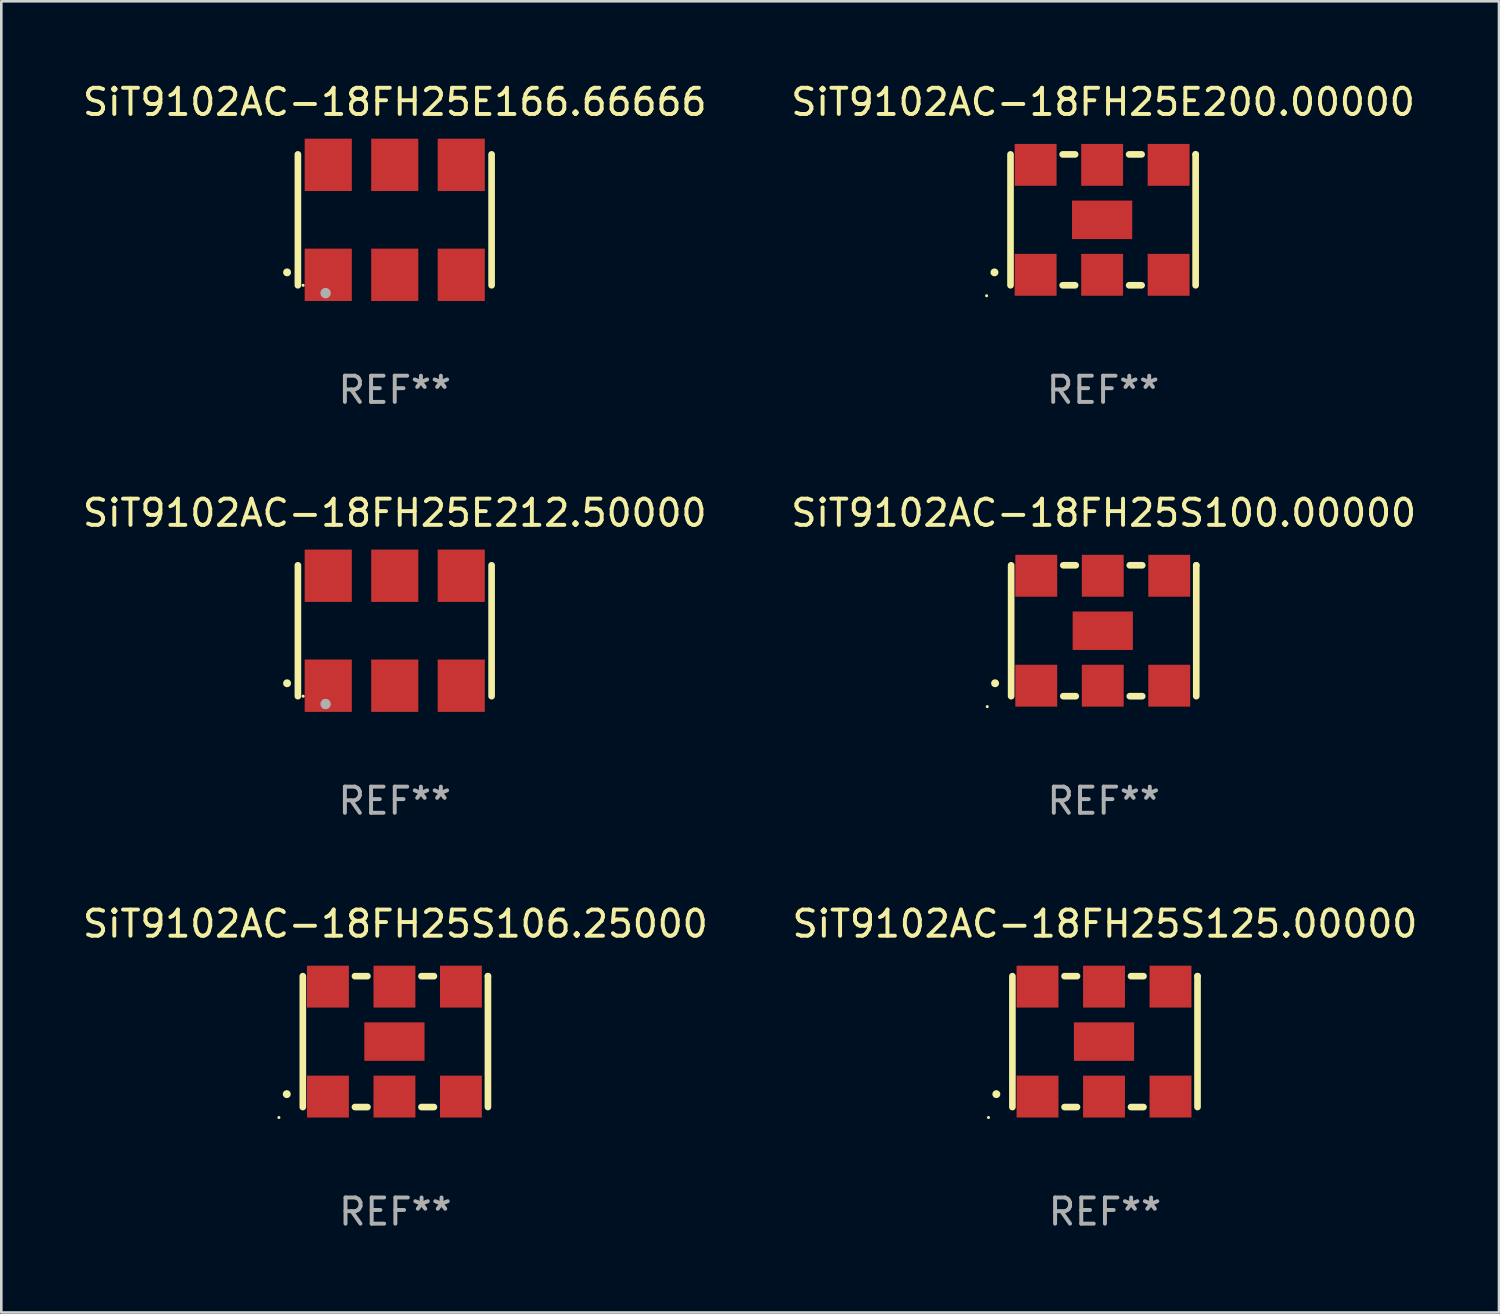
<source format=kicad_pcb>
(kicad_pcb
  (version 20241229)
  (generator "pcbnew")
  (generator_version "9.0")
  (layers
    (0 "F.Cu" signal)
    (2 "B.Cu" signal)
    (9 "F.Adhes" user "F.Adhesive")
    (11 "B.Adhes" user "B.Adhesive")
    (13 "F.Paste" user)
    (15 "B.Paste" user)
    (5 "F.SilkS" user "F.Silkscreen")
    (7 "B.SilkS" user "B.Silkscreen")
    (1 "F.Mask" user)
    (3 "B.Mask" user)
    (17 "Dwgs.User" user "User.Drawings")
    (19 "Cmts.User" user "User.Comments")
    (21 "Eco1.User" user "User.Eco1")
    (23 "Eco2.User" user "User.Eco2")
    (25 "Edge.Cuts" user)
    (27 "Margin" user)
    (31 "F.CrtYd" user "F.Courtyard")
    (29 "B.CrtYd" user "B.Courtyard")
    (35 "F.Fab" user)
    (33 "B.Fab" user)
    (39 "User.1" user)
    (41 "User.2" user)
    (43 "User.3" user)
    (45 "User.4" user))
  (footprint "SiT9102AC-18FH25S106.25000"
    (layer "F.Cu")
    (at 12.054 36.741)
    (property "Reference" "SiT9102AC-18FH25S106.25000" (at 0 -4.5 0) (layer "F.SilkS") (effects (font (size 1 1) (thickness 0.15))))
    (attr through_hole)
    (fp_line (start -3.536 -2.5) (end -3.536 2.5) (stroke (width 0.254) (type solid)) (layer "F.SilkS"))
    (fp_line (start -1.544 2.5) (end -1.067 2.5) (stroke (width 0.254) (type solid)) (layer "F.SilkS"))
    (fp_line (start -1.067 -2.5) (end -1.544 -2.5) (stroke (width 0.254) (type solid)) (layer "F.SilkS"))
    (fp_line (start 0.996 2.5) (end 1.473 2.5) (stroke (width 0.254) (type solid)) (layer "F.SilkS"))
    (fp_line (start 1.473 -2.5) (end 0.996 -2.5) (stroke (width 0.254) (type solid)) (layer "F.SilkS"))
    (fp_line (start 3.536 -2.5) (end 3.536 -2.5) (stroke (width 0.254) (type solid)) (layer "F.SilkS"))
    (fp_line (start 3.536 2.5) (end 3.536 -2.5) (stroke (width 0.254) (type solid)) (layer "F.SilkS"))
    (fp_arc (start -4.150432 2.006604) (mid -4.149162 2.006599) (end -4.147892 2.006604) (stroke (width 0.3) (type solid)) (layer "F.SilkS"))
    (fp_circle (center -4.449 2.9) (end -4.419 2.9) (stroke (width 0.06) (type solid)) (fill no) (layer "F.SilkS"))
    (fp_text user "REF**" (at 0 6.5 0) (layer "F.Fab") (effects (font (size 1 1) (thickness 0.15))))
    (pad "1" smd rect (at -2.576 2.1) (size 1.6 1.6) (layers "F.Cu" "F.Mask" "F.Paste"))
    (pad "2" smd rect (at -0.036 2.1) (size 1.6 1.6) (layers "F.Cu" "F.Mask" "F.Paste"))
    (pad "3" smd rect (at 2.504 2.1) (size 1.6 1.6) (layers "F.Cu" "F.Mask" "F.Paste"))
    (pad "4" smd rect (at 2.504 -2.1) (size 1.6 1.6) (layers "F.Cu" "F.Mask" "F.Paste"))
    (pad "5" smd rect (at -0.036 -2.1) (size 1.6 1.6) (layers "F.Cu" "F.Mask" "F.Paste"))
    (pad "6" smd rect (at -2.576 -2.1) (size 1.6 1.6) (layers "F.Cu" "F.Mask" "F.Paste"))
    (pad "7" smd rect (at -0.036 0) (size 2.3 1.47) (layers "F.Cu" "F.Mask" "F.Paste")))
  (footprint "SiT9102AC-18FH25E212.50000"
    (layer "F.Cu")
    (at 12.03 21.045)
    (property "Reference" "SiT9102AC-18FH25E212.50000" (at 0 -4.5 0) (layer "F.SilkS") (effects (font (size 1 1) (thickness 0.15))))
    (attr through_hole)
    (fp_line (start -3.7 -2.5) (end -3.7 2.5) (stroke (width 0.254) (type solid)) (layer "F.SilkS"))
    (fp_line (start 3.7 -2.5) (end 3.7 2.5) (stroke (width 0.254) (type solid)) (layer "F.SilkS"))
    (fp_arc (start -4.114415 2.006604) (mid -4.113145 2.006599) (end -4.111875 2.006604) (stroke (width 0.3) (type solid)) (layer "F.SilkS"))
    (fp_circle (center -3.5 2.501) (end -3.47 2.501) (stroke (width 0.06) (type solid)) (fill no) (layer "F.SilkS"))
    (fp_circle (center -2.641 2.799) (end -2.541 2.799) (stroke (width 0.2) (type solid)) (fill no) (layer "F.Fab"))
    (fp_text user "REF**" (at 0 6.5 0) (layer "F.Fab") (effects (font (size 1 1) (thickness 0.15))))
    (pad "1" smd rect (at -2.54 2.1) (size 1.8 2) (layers "F.Cu" "F.Mask" "F.Paste"))
    (pad "2" smd rect (at 0.000394 2.1) (size 1.8 2) (layers "F.Cu" "F.Mask" "F.Paste"))
    (pad "3" smd rect (at 2.54 2.1) (size 1.8 2) (layers "F.Cu" "F.Mask" "F.Paste"))
    (pad "4" smd rect (at 2.54 -2.1) (size 1.8 2) (layers "F.Cu" "F.Mask" "F.Paste"))
    (pad "5" smd rect (at 0.000394 -2.1) (size 1.8 2) (layers "F.Cu" "F.Mask" "F.Paste"))
    (pad "6" smd rect (at -2.54 -2.1) (size 1.8 2) (layers "F.Cu" "F.Mask" "F.Paste")))
  (footprint "SiT9102AC-18FH25S125.00000"
    (layer "F.Cu")
    (at 39.161 36.741)
    (property "Reference" "SiT9102AC-18FH25S125.00000" (at 0 -4.5 0) (layer "F.SilkS") (effects (font (size 1 1) (thickness 0.15))))
    (attr through_hole)
    (fp_line (start -3.536 -2.5) (end -3.536 2.5) (stroke (width 0.254) (type solid)) (layer "F.SilkS"))
    (fp_line (start -1.544 2.5) (end -1.067 2.5) (stroke (width 0.254) (type solid)) (layer "F.SilkS"))
    (fp_line (start -1.067 -2.5) (end -1.544 -2.5) (stroke (width 0.254) (type solid)) (layer "F.SilkS"))
    (fp_line (start 0.996 2.5) (end 1.473 2.5) (stroke (width 0.254) (type solid)) (layer "F.SilkS"))
    (fp_line (start 1.473 -2.5) (end 0.996 -2.5) (stroke (width 0.254) (type solid)) (layer "F.SilkS"))
    (fp_line (start 3.536 -2.5) (end 3.536 -2.5) (stroke (width 0.254) (type solid)) (layer "F.SilkS"))
    (fp_line (start 3.536 2.5) (end 3.536 -2.5) (stroke (width 0.254) (type solid)) (layer "F.SilkS"))
    (fp_arc (start -4.150432 2.006604) (mid -4.149162 2.006599) (end -4.147892 2.006604) (stroke (width 0.3) (type solid)) (layer "F.SilkS"))
    (fp_circle (center -4.449 2.9) (end -4.419 2.9) (stroke (width 0.06) (type solid)) (fill no) (layer "F.SilkS"))
    (fp_text user "REF**" (at 0 6.5 0) (layer "F.Fab") (effects (font (size 1 1) (thickness 0.15))))
    (pad "1" smd rect (at -2.576 2.1) (size 1.6 1.6) (layers "F.Cu" "F.Mask" "F.Paste"))
    (pad "2" smd rect (at -0.036 2.1) (size 1.6 1.6) (layers "F.Cu" "F.Mask" "F.Paste"))
    (pad "3" smd rect (at 2.504 2.1) (size 1.6 1.6) (layers "F.Cu" "F.Mask" "F.Paste"))
    (pad "4" smd rect (at 2.504 -2.1) (size 1.6 1.6) (layers "F.Cu" "F.Mask" "F.Paste"))
    (pad "5" smd rect (at -0.036 -2.1) (size 1.6 1.6) (layers "F.Cu" "F.Mask" "F.Paste"))
    (pad "6" smd rect (at -2.576 -2.1) (size 1.6 1.6) (layers "F.Cu" "F.Mask" "F.Paste"))
    (pad "7" smd rect (at -0.036 0) (size 2.3 1.47) (layers "F.Cu" "F.Mask" "F.Paste")))
  (footprint "SiT9102AC-18FH25E166.66666"
    (layer "F.Cu")
    (at 12.03 5.348)
    (property "Reference" "SiT9102AC-18FH25E166.66666" (at 0 -4.5 0) (layer "F.SilkS") (effects (font (size 1 1) (thickness 0.15))))
    (attr through_hole)
    (fp_line (start -3.7 -2.5) (end -3.7 2.5) (stroke (width 0.254) (type solid)) (layer "F.SilkS"))
    (fp_line (start 3.7 -2.5) (end 3.7 2.5) (stroke (width 0.254) (type solid)) (layer "F.SilkS"))
    (fp_arc (start -4.114415 2.006604) (mid -4.113145 2.006599) (end -4.111875 2.006604) (stroke (width 0.3) (type solid)) (layer "F.SilkS"))
    (fp_circle (center -3.5 2.501) (end -3.47 2.501) (stroke (width 0.06) (type solid)) (fill no) (layer "F.SilkS"))
    (fp_circle (center -2.641 2.799) (end -2.541 2.799) (stroke (width 0.2) (type solid)) (fill no) (layer "F.Fab"))
    (fp_text user "REF**" (at 0 6.5 0) (layer "F.Fab") (effects (font (size 1 1) (thickness 0.15))))
    (pad "1" smd rect (at -2.54 2.1) (size 1.8 2) (layers "F.Cu" "F.Mask" "F.Paste"))
    (pad "2" smd rect (at 0.000394 2.1) (size 1.8 2) (layers "F.Cu" "F.Mask" "F.Paste"))
    (pad "3" smd rect (at 2.54 2.1) (size 1.8 2) (layers "F.Cu" "F.Mask" "F.Paste"))
    (pad "4" smd rect (at 2.54 -2.1) (size 1.8 2) (layers "F.Cu" "F.Mask" "F.Paste"))
    (pad "5" smd rect (at 0.000394 -2.1) (size 1.8 2) (layers "F.Cu" "F.Mask" "F.Paste"))
    (pad "6" smd rect (at -2.54 -2.1) (size 1.8 2) (layers "F.Cu" "F.Mask" "F.Paste")))
  (footprint "SiT9102AC-18FH25E200.00000"
    (layer "F.Cu")
    (at 39.089 5.348)
    (property "Reference" "SiT9102AC-18FH25E200.00000" (at 0 -4.5 0) (layer "F.SilkS") (effects (font (size 1 1) (thickness 0.15))))
    (attr through_hole)
    (fp_line (start -3.536 -2.5) (end -3.536 2.5) (stroke (width 0.254) (type solid)) (layer "F.SilkS"))
    (fp_line (start -1.544 2.5) (end -1.067 2.5) (stroke (width 0.254) (type solid)) (layer "F.SilkS"))
    (fp_line (start -1.067 -2.5) (end -1.544 -2.5) (stroke (width 0.254) (type solid)) (layer "F.SilkS"))
    (fp_line (start 0.996 2.5) (end 1.473 2.5) (stroke (width 0.254) (type solid)) (layer "F.SilkS"))
    (fp_line (start 1.473 -2.5) (end 0.996 -2.5) (stroke (width 0.254) (type solid)) (layer "F.SilkS"))
    (fp_line (start 3.536 -2.5) (end 3.536 -2.5) (stroke (width 0.254) (type solid)) (layer "F.SilkS"))
    (fp_line (start 3.536 2.5) (end 3.536 -2.5) (stroke (width 0.254) (type solid)) (layer "F.SilkS"))
    (fp_arc (start -4.150432 2.006604) (mid -4.149162 2.006599) (end -4.147892 2.006604) (stroke (width 0.3) (type solid)) (layer "F.SilkS"))
    (fp_circle (center -4.449 2.9) (end -4.419 2.9) (stroke (width 0.06) (type solid)) (fill no) (layer "F.SilkS"))
    (fp_text user "REF**" (at 0 6.5 0) (layer "F.Fab") (effects (font (size 1 1) (thickness 0.15))))
    (pad "1" smd rect (at -2.576 2.1) (size 1.6 1.6) (layers "F.Cu" "F.Mask" "F.Paste"))
    (pad "2" smd rect (at -0.036 2.1) (size 1.6 1.6) (layers "F.Cu" "F.Mask" "F.Paste"))
    (pad "3" smd rect (at 2.504 2.1) (size 1.6 1.6) (layers "F.Cu" "F.Mask" "F.Paste"))
    (pad "4" smd rect (at 2.504 -2.1) (size 1.6 1.6) (layers "F.Cu" "F.Mask" "F.Paste"))
    (pad "5" smd rect (at -0.036 -2.1) (size 1.6 1.6) (layers "F.Cu" "F.Mask" "F.Paste"))
    (pad "6" smd rect (at -2.576 -2.1) (size 1.6 1.6) (layers "F.Cu" "F.Mask" "F.Paste"))
    (pad "7" smd rect (at -0.036 0) (size 2.3 1.47) (layers "F.Cu" "F.Mask" "F.Paste")))
  (footprint "SiT9102AC-18FH25S100.00000"
    (layer "F.Cu")
    (at 39.113 21.045)
    (property "Reference" "SiT9102AC-18FH25S100.00000" (at 0 -4.5 0) (layer "F.SilkS") (effects (font (size 1 1) (thickness 0.15))))
    (attr through_hole)
    (fp_line (start -3.536 -2.5) (end -3.536 2.5) (stroke (width 0.254) (type solid)) (layer "F.SilkS"))
    (fp_line (start -1.544 2.5) (end -1.067 2.5) (stroke (width 0.254) (type solid)) (layer "F.SilkS"))
    (fp_line (start -1.067 -2.5) (end -1.544 -2.5) (stroke (width 0.254) (type solid)) (layer "F.SilkS"))
    (fp_line (start 0.996 2.5) (end 1.473 2.5) (stroke (width 0.254) (type solid)) (layer "F.SilkS"))
    (fp_line (start 1.473 -2.5) (end 0.996 -2.5) (stroke (width 0.254) (type solid)) (layer "F.SilkS"))
    (fp_line (start 3.536 -2.5) (end 3.536 -2.5) (stroke (width 0.254) (type solid)) (layer "F.SilkS"))
    (fp_line (start 3.536 2.5) (end 3.536 -2.5) (stroke (width 0.254) (type solid)) (layer "F.SilkS"))
    (fp_arc (start -4.150432 2.006604) (mid -4.149162 2.006599) (end -4.147892 2.006604) (stroke (width 0.3) (type solid)) (layer "F.SilkS"))
    (fp_circle (center -4.449 2.9) (end -4.419 2.9) (stroke (width 0.06) (type solid)) (fill no) (layer "F.SilkS"))
    (fp_text user "REF**" (at 0 6.5 0) (layer "F.Fab") (effects (font (size 1 1) (thickness 0.15))))
    (pad "1" smd rect (at -2.576 2.1) (size 1.6 1.6) (layers "F.Cu" "F.Mask" "F.Paste"))
    (pad "2" smd rect (at -0.036 2.1) (size 1.6 1.6) (layers "F.Cu" "F.Mask" "F.Paste"))
    (pad "3" smd rect (at 2.504 2.1) (size 1.6 1.6) (layers "F.Cu" "F.Mask" "F.Paste"))
    (pad "4" smd rect (at 2.504 -2.1) (size 1.6 1.6) (layers "F.Cu" "F.Mask" "F.Paste"))
    (pad "5" smd rect (at -0.036 -2.1) (size 1.6 1.6) (layers "F.Cu" "F.Mask" "F.Paste"))
    (pad "6" smd rect (at -2.576 -2.1) (size 1.6 1.6) (layers "F.Cu" "F.Mask" "F.Paste"))
    (pad "7" smd rect (at -0.036 0) (size 2.3 1.47) (layers "F.Cu" "F.Mask" "F.Paste")))
  (gr_rect
    (start -3 -3)
    (end 54.214 47.09)
    (stroke (width 0.1) (type default))
    (fill no)
    (layer "Edge.Cuts")))
</source>
